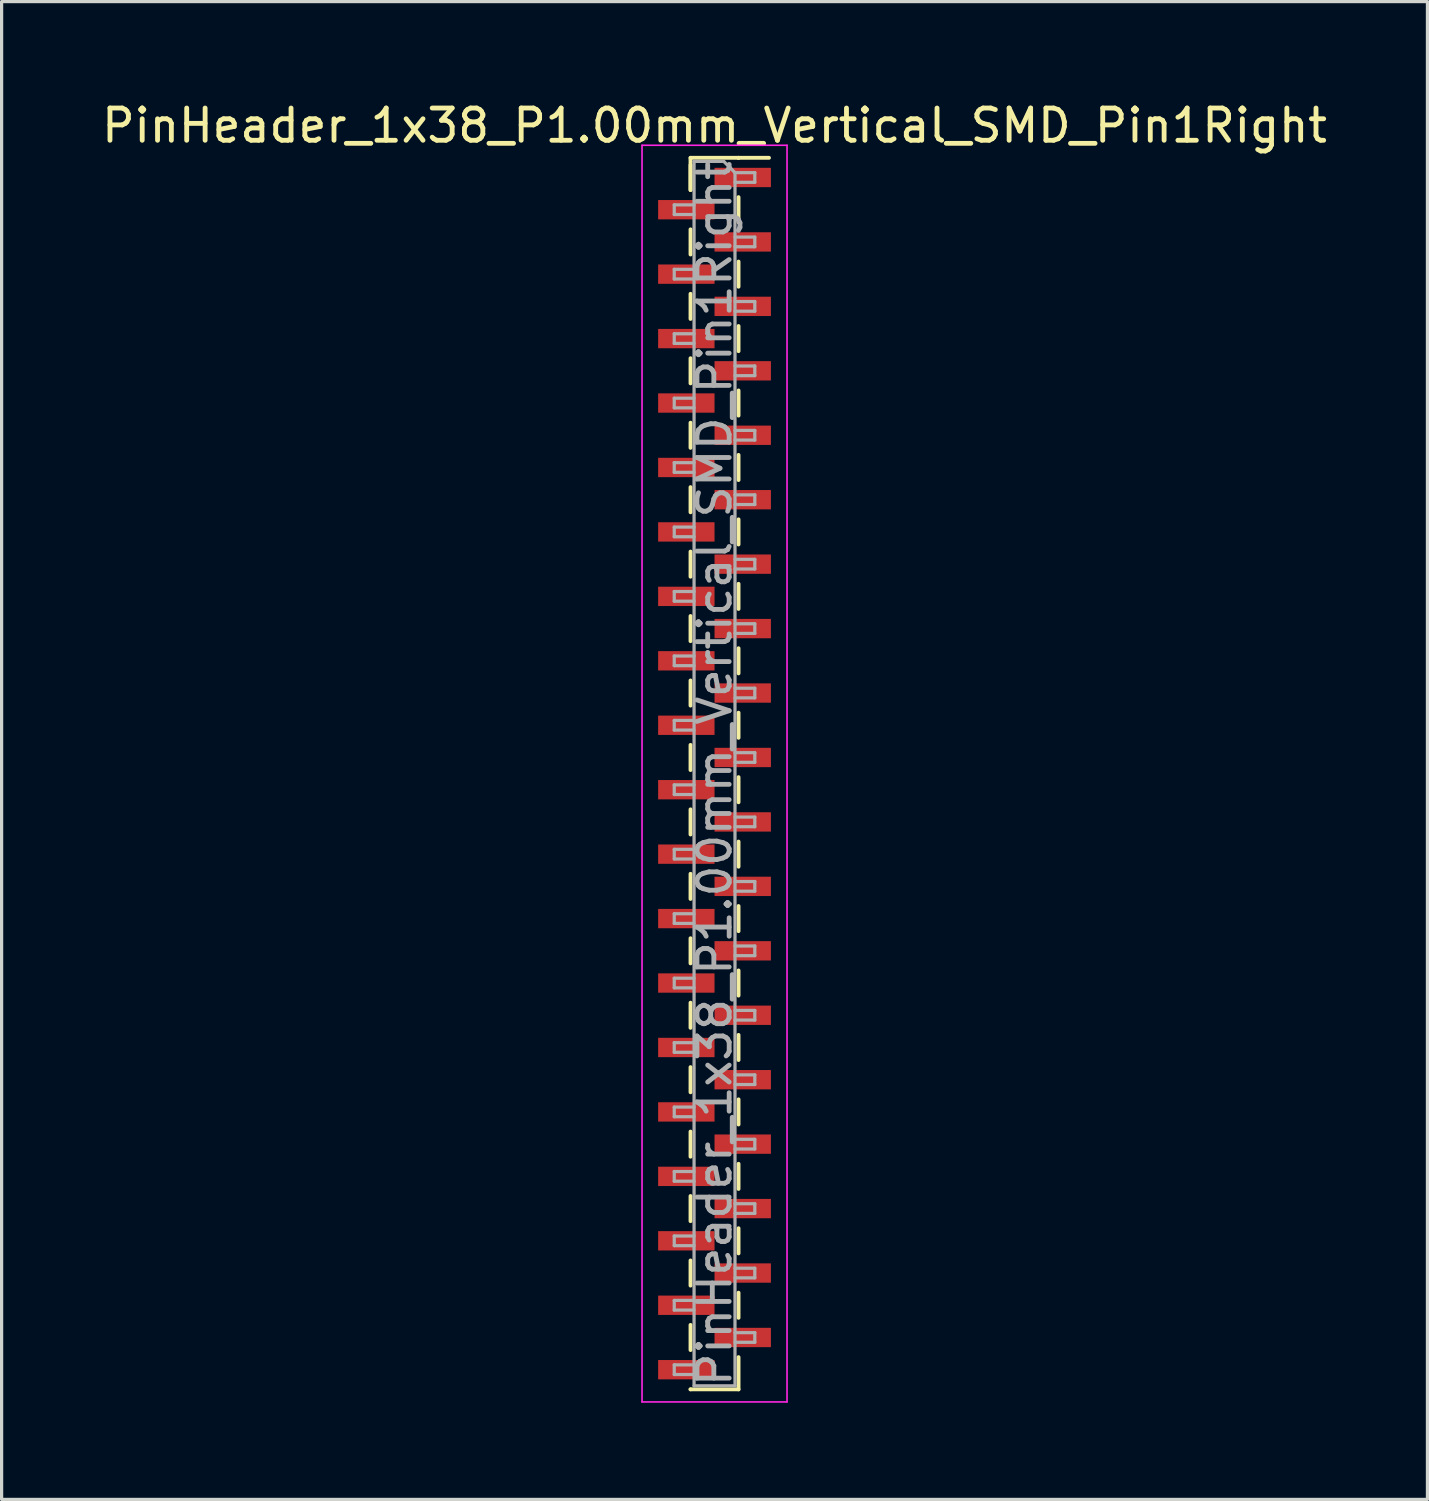
<source format=kicad_pcb>
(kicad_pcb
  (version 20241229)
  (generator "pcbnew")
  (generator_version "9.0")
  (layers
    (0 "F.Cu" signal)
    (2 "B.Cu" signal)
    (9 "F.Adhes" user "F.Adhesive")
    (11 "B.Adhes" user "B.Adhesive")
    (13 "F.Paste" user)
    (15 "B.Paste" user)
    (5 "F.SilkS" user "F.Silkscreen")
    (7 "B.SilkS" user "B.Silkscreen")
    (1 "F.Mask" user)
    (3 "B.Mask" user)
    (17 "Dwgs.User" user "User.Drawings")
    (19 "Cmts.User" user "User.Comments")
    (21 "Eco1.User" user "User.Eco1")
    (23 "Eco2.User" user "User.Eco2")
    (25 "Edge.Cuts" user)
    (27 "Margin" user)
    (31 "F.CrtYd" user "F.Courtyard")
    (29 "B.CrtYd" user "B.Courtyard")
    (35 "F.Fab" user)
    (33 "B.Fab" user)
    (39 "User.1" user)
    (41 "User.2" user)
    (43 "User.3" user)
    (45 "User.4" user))
  (footprint "PinHeader_1x38_P1.00mm_Vertical_SMD_Pin1Right"
    (layer "F.Cu")
    (at 19.125 20.958)
    (property "Reference" "PinHeader_1x38_P1.00mm_Vertical_SMD_Pin1Right" (at 0 -20.11 0) (layer "F.SilkS") (effects (font (size 1 1) (thickness 0.15))))
    (attr smd)
    (fp_line (start -0.745 -19.11) (end -0.745 -18.11) (stroke (width 0.12) (type solid)) (layer "F.SilkS"))
    (fp_line (start -0.745 -19.11) (end 0.745 -19.11) (stroke (width 0.12) (type solid)) (layer "F.SilkS"))
    (fp_line (start -0.745 -18.89) (end -0.745 -18.11) (stroke (width 0.12) (type solid)) (layer "F.SilkS"))
    (fp_line (start -0.745 -16.89) (end -0.745 -16.11) (stroke (width 0.12) (type solid)) (layer "F.SilkS"))
    (fp_line (start -0.745 -14.89) (end -0.745 -14.11) (stroke (width 0.12) (type solid)) (layer "F.SilkS"))
    (fp_line (start -0.745 -12.89) (end -0.745 -12.11) (stroke (width 0.12) (type solid)) (layer "F.SilkS"))
    (fp_line (start -0.745 -10.89) (end -0.745 -10.11) (stroke (width 0.12) (type solid)) (layer "F.SilkS"))
    (fp_line (start -0.745 -8.89) (end -0.745 -8.11) (stroke (width 0.12) (type solid)) (layer "F.SilkS"))
    (fp_line (start -0.745 -6.89) (end -0.745 -6.11) (stroke (width 0.12) (type solid)) (layer "F.SilkS"))
    (fp_line (start -0.745 -4.89) (end -0.745 -4.11) (stroke (width 0.12) (type solid)) (layer "F.SilkS"))
    (fp_line (start -0.745 -2.89) (end -0.745 -2.11) (stroke (width 0.12) (type solid)) (layer "F.SilkS"))
    (fp_line (start -0.745 -0.89) (end -0.745 -0.11) (stroke (width 0.12) (type solid)) (layer "F.SilkS"))
    (fp_line (start -0.745 1.11) (end -0.745 1.89) (stroke (width 0.12) (type solid)) (layer "F.SilkS"))
    (fp_line (start -0.745 3.11) (end -0.745 3.89) (stroke (width 0.12) (type solid)) (layer "F.SilkS"))
    (fp_line (start -0.745 5.11) (end -0.745 5.89) (stroke (width 0.12) (type solid)) (layer "F.SilkS"))
    (fp_line (start -0.745 7.11) (end -0.745 7.89) (stroke (width 0.12) (type solid)) (layer "F.SilkS"))
    (fp_line (start -0.745 9.11) (end -0.745 9.89) (stroke (width 0.12) (type solid)) (layer "F.SilkS"))
    (fp_line (start -0.745 11.11) (end -0.745 11.89) (stroke (width 0.12) (type solid)) (layer "F.SilkS"))
    (fp_line (start -0.745 13.11) (end -0.745 13.89) (stroke (width 0.12) (type solid)) (layer "F.SilkS"))
    (fp_line (start -0.745 15.11) (end -0.745 15.89) (stroke (width 0.12) (type solid)) (layer "F.SilkS"))
    (fp_line (start -0.745 17.11) (end -0.745 17.89) (stroke (width 0.12) (type solid)) (layer "F.SilkS"))
    (fp_line (start -0.745 19.11) (end -0.745 19.11) (stroke (width 0.12) (type solid)) (layer "F.SilkS"))
    (fp_line (start -0.745 19.11) (end 0.745 19.11) (stroke (width 0.12) (type solid)) (layer "F.SilkS"))
    (fp_line (start 0.745 -19.11) (end 0.745 -19.11) (stroke (width 0.12) (type solid)) (layer "F.SilkS"))
    (fp_line (start 0.745 -19.11) (end 1.69 -19.11) (stroke (width 0.12) (type solid)) (layer "F.SilkS"))
    (fp_line (start 0.745 -17.89) (end 0.745 -17.11) (stroke (width 0.12) (type solid)) (layer "F.SilkS"))
    (fp_line (start 0.745 -15.89) (end 0.745 -15.11) (stroke (width 0.12) (type solid)) (layer "F.SilkS"))
    (fp_line (start 0.745 -13.89) (end 0.745 -13.11) (stroke (width 0.12) (type solid)) (layer "F.SilkS"))
    (fp_line (start 0.745 -11.89) (end 0.745 -11.11) (stroke (width 0.12) (type solid)) (layer "F.SilkS"))
    (fp_line (start 0.745 -9.89) (end 0.745 -9.11) (stroke (width 0.12) (type solid)) (layer "F.SilkS"))
    (fp_line (start 0.745 -7.89) (end 0.745 -7.11) (stroke (width 0.12) (type solid)) (layer "F.SilkS"))
    (fp_line (start 0.745 -5.89) (end 0.745 -5.11) (stroke (width 0.12) (type solid)) (layer "F.SilkS"))
    (fp_line (start 0.745 -3.89) (end 0.745 -3.11) (stroke (width 0.12) (type solid)) (layer "F.SilkS"))
    (fp_line (start 0.745 -1.89) (end 0.745 -1.11) (stroke (width 0.12) (type solid)) (layer "F.SilkS"))
    (fp_line (start 0.745 0.11) (end 0.745 0.89) (stroke (width 0.12) (type solid)) (layer "F.SilkS"))
    (fp_line (start 0.745 2.11) (end 0.745 2.89) (stroke (width 0.12) (type solid)) (layer "F.SilkS"))
    (fp_line (start 0.745 4.11) (end 0.745 4.89) (stroke (width 0.12) (type solid)) (layer "F.SilkS"))
    (fp_line (start 0.745 6.11) (end 0.745 6.89) (stroke (width 0.12) (type solid)) (layer "F.SilkS"))
    (fp_line (start 0.745 8.11) (end 0.745 8.89) (stroke (width 0.12) (type solid)) (layer "F.SilkS"))
    (fp_line (start 0.745 10.11) (end 0.745 10.89) (stroke (width 0.12) (type solid)) (layer "F.SilkS"))
    (fp_line (start 0.745 12.11) (end 0.745 12.89) (stroke (width 0.12) (type solid)) (layer "F.SilkS"))
    (fp_line (start 0.745 14.11) (end 0.745 14.89) (stroke (width 0.12) (type solid)) (layer "F.SilkS"))
    (fp_line (start 0.745 16.11) (end 0.745 16.89) (stroke (width 0.12) (type solid)) (layer "F.SilkS"))
    (fp_line (start 0.745 18.11) (end 0.745 19.11) (stroke (width 0.12) (type solid)) (layer "F.SilkS"))
    (fp_line (start -2.25 -19.5) (end -2.25 19.5) (stroke (width 0.05) (type solid)) (layer "F.CrtYd"))
    (fp_line (start -2.25 19.5) (end 2.25 19.5) (stroke (width 0.05) (type solid)) (layer "F.CrtYd"))
    (fp_line (start 2.25 -19.5) (end -2.25 -19.5) (stroke (width 0.05) (type solid)) (layer "F.CrtYd"))
    (fp_line (start 2.25 19.5) (end 2.25 -19.5) (stroke (width 0.05) (type solid)) (layer "F.CrtYd"))
    (fp_line (start -1.25 -17.65) (end -1.25 -17.35) (stroke (width 0.1) (type solid)) (layer "F.Fab"))
    (fp_line (start -1.25 -17.35) (end -0.635 -17.35) (stroke (width 0.1) (type solid)) (layer "F.Fab"))
    (fp_line (start -1.25 -15.65) (end -1.25 -15.35) (stroke (width 0.1) (type solid)) (layer "F.Fab"))
    (fp_line (start -1.25 -15.35) (end -0.635 -15.35) (stroke (width 0.1) (type solid)) (layer "F.Fab"))
    (fp_line (start -1.25 -13.65) (end -1.25 -13.35) (stroke (width 0.1) (type solid)) (layer "F.Fab"))
    (fp_line (start -1.25 -13.35) (end -0.635 -13.35) (stroke (width 0.1) (type solid)) (layer "F.Fab"))
    (fp_line (start -1.25 -11.65) (end -1.25 -11.35) (stroke (width 0.1) (type solid)) (layer "F.Fab"))
    (fp_line (start -1.25 -11.35) (end -0.635 -11.35) (stroke (width 0.1) (type solid)) (layer "F.Fab"))
    (fp_line (start -1.25 -9.65) (end -1.25 -9.35) (stroke (width 0.1) (type solid)) (layer "F.Fab"))
    (fp_line (start -1.25 -9.35) (end -0.635 -9.35) (stroke (width 0.1) (type solid)) (layer "F.Fab"))
    (fp_line (start -1.25 -7.65) (end -1.25 -7.35) (stroke (width 0.1) (type solid)) (layer "F.Fab"))
    (fp_line (start -1.25 -7.35) (end -0.635 -7.35) (stroke (width 0.1) (type solid)) (layer "F.Fab"))
    (fp_line (start -1.25 -5.65) (end -1.25 -5.35) (stroke (width 0.1) (type solid)) (layer "F.Fab"))
    (fp_line (start -1.25 -5.35) (end -0.635 -5.35) (stroke (width 0.1) (type solid)) (layer "F.Fab"))
    (fp_line (start -1.25 -3.65) (end -1.25 -3.35) (stroke (width 0.1) (type solid)) (layer "F.Fab"))
    (fp_line (start -1.25 -3.35) (end -0.635 -3.35) (stroke (width 0.1) (type solid)) (layer "F.Fab"))
    (fp_line (start -1.25 -1.65) (end -1.25 -1.35) (stroke (width 0.1) (type solid)) (layer "F.Fab"))
    (fp_line (start -1.25 -1.35) (end -0.635 -1.35) (stroke (width 0.1) (type solid)) (layer "F.Fab"))
    (fp_line (start -1.25 0.35) (end -1.25 0.65) (stroke (width 0.1) (type solid)) (layer "F.Fab"))
    (fp_line (start -1.25 0.65) (end -0.635 0.65) (stroke (width 0.1) (type solid)) (layer "F.Fab"))
    (fp_line (start -1.25 2.35) (end -1.25 2.65) (stroke (width 0.1) (type solid)) (layer "F.Fab"))
    (fp_line (start -1.25 2.65) (end -0.635 2.65) (stroke (width 0.1) (type solid)) (layer "F.Fab"))
    (fp_line (start -1.25 4.35) (end -1.25 4.65) (stroke (width 0.1) (type solid)) (layer "F.Fab"))
    (fp_line (start -1.25 4.65) (end -0.635 4.65) (stroke (width 0.1) (type solid)) (layer "F.Fab"))
    (fp_line (start -1.25 6.35) (end -1.25 6.65) (stroke (width 0.1) (type solid)) (layer "F.Fab"))
    (fp_line (start -1.25 6.65) (end -0.635 6.65) (stroke (width 0.1) (type solid)) (layer "F.Fab"))
    (fp_line (start -1.25 8.35) (end -1.25 8.65) (stroke (width 0.1) (type solid)) (layer "F.Fab"))
    (fp_line (start -1.25 8.65) (end -0.635 8.65) (stroke (width 0.1) (type solid)) (layer "F.Fab"))
    (fp_line (start -1.25 10.35) (end -1.25 10.65) (stroke (width 0.1) (type solid)) (layer "F.Fab"))
    (fp_line (start -1.25 10.65) (end -0.635 10.65) (stroke (width 0.1) (type solid)) (layer "F.Fab"))
    (fp_line (start -1.25 12.35) (end -1.25 12.65) (stroke (width 0.1) (type solid)) (layer "F.Fab"))
    (fp_line (start -1.25 12.65) (end -0.635 12.65) (stroke (width 0.1) (type solid)) (layer "F.Fab"))
    (fp_line (start -1.25 14.35) (end -1.25 14.65) (stroke (width 0.1) (type solid)) (layer "F.Fab"))
    (fp_line (start -1.25 14.65) (end -0.635 14.65) (stroke (width 0.1) (type solid)) (layer "F.Fab"))
    (fp_line (start -1.25 16.35) (end -1.25 16.65) (stroke (width 0.1) (type solid)) (layer "F.Fab"))
    (fp_line (start -1.25 16.65) (end -0.635 16.65) (stroke (width 0.1) (type solid)) (layer "F.Fab"))
    (fp_line (start -1.25 18.35) (end -1.25 18.65) (stroke (width 0.1) (type solid)) (layer "F.Fab"))
    (fp_line (start -1.25 18.65) (end -0.635 18.65) (stroke (width 0.1) (type solid)) (layer "F.Fab"))
    (fp_line (start -0.635 -19) (end -0.635 19) (stroke (width 0.1) (type solid)) (layer "F.Fab"))
    (fp_line (start -0.635 -19) (end 0.285 -19) (stroke (width 0.1) (type solid)) (layer "F.Fab"))
    (fp_line (start -0.635 -17.65) (end -1.25 -17.65) (stroke (width 0.1) (type solid)) (layer "F.Fab"))
    (fp_line (start -0.635 -15.65) (end -1.25 -15.65) (stroke (width 0.1) (type solid)) (layer "F.Fab"))
    (fp_line (start -0.635 -13.65) (end -1.25 -13.65) (stroke (width 0.1) (type solid)) (layer "F.Fab"))
    (fp_line (start -0.635 -11.65) (end -1.25 -11.65) (stroke (width 0.1) (type solid)) (layer "F.Fab"))
    (fp_line (start -0.635 -9.65) (end -1.25 -9.65) (stroke (width 0.1) (type solid)) (layer "F.Fab"))
    (fp_line (start -0.635 -7.65) (end -1.25 -7.65) (stroke (width 0.1) (type solid)) (layer "F.Fab"))
    (fp_line (start -0.635 -5.65) (end -1.25 -5.65) (stroke (width 0.1) (type solid)) (layer "F.Fab"))
    (fp_line (start -0.635 -3.65) (end -1.25 -3.65) (stroke (width 0.1) (type solid)) (layer "F.Fab"))
    (fp_line (start -0.635 -1.65) (end -1.25 -1.65) (stroke (width 0.1) (type solid)) (layer "F.Fab"))
    (fp_line (start -0.635 0.35) (end -1.25 0.35) (stroke (width 0.1) (type solid)) (layer "F.Fab"))
    (fp_line (start -0.635 2.35) (end -1.25 2.35) (stroke (width 0.1) (type solid)) (layer "F.Fab"))
    (fp_line (start -0.635 4.35) (end -1.25 4.35) (stroke (width 0.1) (type solid)) (layer "F.Fab"))
    (fp_line (start -0.635 6.35) (end -1.25 6.35) (stroke (width 0.1) (type solid)) (layer "F.Fab"))
    (fp_line (start -0.635 8.35) (end -1.25 8.35) (stroke (width 0.1) (type solid)) (layer "F.Fab"))
    (fp_line (start -0.635 10.35) (end -1.25 10.35) (stroke (width 0.1) (type solid)) (layer "F.Fab"))
    (fp_line (start -0.635 12.35) (end -1.25 12.35) (stroke (width 0.1) (type solid)) (layer "F.Fab"))
    (fp_line (start -0.635 14.35) (end -1.25 14.35) (stroke (width 0.1) (type solid)) (layer "F.Fab"))
    (fp_line (start -0.635 16.35) (end -1.25 16.35) (stroke (width 0.1) (type solid)) (layer "F.Fab"))
    (fp_line (start -0.635 18.35) (end -1.25 18.35) (stroke (width 0.1) (type solid)) (layer "F.Fab"))
    (fp_line (start 0.635 -18.65) (end 0.285 -19) (stroke (width 0.1) (type solid)) (layer "F.Fab"))
    (fp_line (start 0.635 -18.65) (end 1.25 -18.65) (stroke (width 0.1) (type solid)) (layer "F.Fab"))
    (fp_line (start 0.635 -16.65) (end 1.25 -16.65) (stroke (width 0.1) (type solid)) (layer "F.Fab"))
    (fp_line (start 0.635 -14.65) (end 1.25 -14.65) (stroke (width 0.1) (type solid)) (layer "F.Fab"))
    (fp_line (start 0.635 -12.65) (end 1.25 -12.65) (stroke (width 0.1) (type solid)) (layer "F.Fab"))
    (fp_line (start 0.635 -10.65) (end 1.25 -10.65) (stroke (width 0.1) (type solid)) (layer "F.Fab"))
    (fp_line (start 0.635 -8.65) (end 1.25 -8.65) (stroke (width 0.1) (type solid)) (layer "F.Fab"))
    (fp_line (start 0.635 -6.65) (end 1.25 -6.65) (stroke (width 0.1) (type solid)) (layer "F.Fab"))
    (fp_line (start 0.635 -4.65) (end 1.25 -4.65) (stroke (width 0.1) (type solid)) (layer "F.Fab"))
    (fp_line (start 0.635 -2.65) (end 1.25 -2.65) (stroke (width 0.1) (type solid)) (layer "F.Fab"))
    (fp_line (start 0.635 -0.65) (end 1.25 -0.65) (stroke (width 0.1) (type solid)) (layer "F.Fab"))
    (fp_line (start 0.635 1.35) (end 1.25 1.35) (stroke (width 0.1) (type solid)) (layer "F.Fab"))
    (fp_line (start 0.635 3.35) (end 1.25 3.35) (stroke (width 0.1) (type solid)) (layer "F.Fab"))
    (fp_line (start 0.635 5.35) (end 1.25 5.35) (stroke (width 0.1) (type solid)) (layer "F.Fab"))
    (fp_line (start 0.635 7.35) (end 1.25 7.35) (stroke (width 0.1) (type solid)) (layer "F.Fab"))
    (fp_line (start 0.635 9.35) (end 1.25 9.35) (stroke (width 0.1) (type solid)) (layer "F.Fab"))
    (fp_line (start 0.635 11.35) (end 1.25 11.35) (stroke (width 0.1) (type solid)) (layer "F.Fab"))
    (fp_line (start 0.635 13.35) (end 1.25 13.35) (stroke (width 0.1) (type solid)) (layer "F.Fab"))
    (fp_line (start 0.635 15.35) (end 1.25 15.35) (stroke (width 0.1) (type solid)) (layer "F.Fab"))
    (fp_line (start 0.635 17.35) (end 1.25 17.35) (stroke (width 0.1) (type solid)) (layer "F.Fab"))
    (fp_line (start 0.635 19) (end -0.635 19) (stroke (width 0.1) (type solid)) (layer "F.Fab"))
    (fp_line (start 0.635 19) (end 0.635 -18.65) (stroke (width 0.1) (type solid)) (layer "F.Fab"))
    (fp_line (start 1.25 -18.65) (end 1.25 -18.35) (stroke (width 0.1) (type solid)) (layer "F.Fab"))
    (fp_line (start 1.25 -18.35) (end 0.635 -18.35) (stroke (width 0.1) (type solid)) (layer "F.Fab"))
    (fp_line (start 1.25 -16.65) (end 1.25 -16.35) (stroke (width 0.1) (type solid)) (layer "F.Fab"))
    (fp_line (start 1.25 -16.35) (end 0.635 -16.35) (stroke (width 0.1) (type solid)) (layer "F.Fab"))
    (fp_line (start 1.25 -14.65) (end 1.25 -14.35) (stroke (width 0.1) (type solid)) (layer "F.Fab"))
    (fp_line (start 1.25 -14.35) (end 0.635 -14.35) (stroke (width 0.1) (type solid)) (layer "F.Fab"))
    (fp_line (start 1.25 -12.65) (end 1.25 -12.35) (stroke (width 0.1) (type solid)) (layer "F.Fab"))
    (fp_line (start 1.25 -12.35) (end 0.635 -12.35) (stroke (width 0.1) (type solid)) (layer "F.Fab"))
    (fp_line (start 1.25 -10.65) (end 1.25 -10.35) (stroke (width 0.1) (type solid)) (layer "F.Fab"))
    (fp_line (start 1.25 -10.35) (end 0.635 -10.35) (stroke (width 0.1) (type solid)) (layer "F.Fab"))
    (fp_line (start 1.25 -8.65) (end 1.25 -8.35) (stroke (width 0.1) (type solid)) (layer "F.Fab"))
    (fp_line (start 1.25 -8.35) (end 0.635 -8.35) (stroke (width 0.1) (type solid)) (layer "F.Fab"))
    (fp_line (start 1.25 -6.65) (end 1.25 -6.35) (stroke (width 0.1) (type solid)) (layer "F.Fab"))
    (fp_line (start 1.25 -6.35) (end 0.635 -6.35) (stroke (width 0.1) (type solid)) (layer "F.Fab"))
    (fp_line (start 1.25 -4.65) (end 1.25 -4.35) (stroke (width 0.1) (type solid)) (layer "F.Fab"))
    (fp_line (start 1.25 -4.35) (end 0.635 -4.35) (stroke (width 0.1) (type solid)) (layer "F.Fab"))
    (fp_line (start 1.25 -2.65) (end 1.25 -2.35) (stroke (width 0.1) (type solid)) (layer "F.Fab"))
    (fp_line (start 1.25 -2.35) (end 0.635 -2.35) (stroke (width 0.1) (type solid)) (layer "F.Fab"))
    (fp_line (start 1.25 -0.65) (end 1.25 -0.35) (stroke (width 0.1) (type solid)) (layer "F.Fab"))
    (fp_line (start 1.25 -0.35) (end 0.635 -0.35) (stroke (width 0.1) (type solid)) (layer "F.Fab"))
    (fp_line (start 1.25 1.35) (end 1.25 1.65) (stroke (width 0.1) (type solid)) (layer "F.Fab"))
    (fp_line (start 1.25 1.65) (end 0.635 1.65) (stroke (width 0.1) (type solid)) (layer "F.Fab"))
    (fp_line (start 1.25 3.35) (end 1.25 3.65) (stroke (width 0.1) (type solid)) (layer "F.Fab"))
    (fp_line (start 1.25 3.65) (end 0.635 3.65) (stroke (width 0.1) (type solid)) (layer "F.Fab"))
    (fp_line (start 1.25 5.35) (end 1.25 5.65) (stroke (width 0.1) (type solid)) (layer "F.Fab"))
    (fp_line (start 1.25 5.65) (end 0.635 5.65) (stroke (width 0.1) (type solid)) (layer "F.Fab"))
    (fp_line (start 1.25 7.35) (end 1.25 7.65) (stroke (width 0.1) (type solid)) (layer "F.Fab"))
    (fp_line (start 1.25 7.65) (end 0.635 7.65) (stroke (width 0.1) (type solid)) (layer "F.Fab"))
    (fp_line (start 1.25 9.35) (end 1.25 9.65) (stroke (width 0.1) (type solid)) (layer "F.Fab"))
    (fp_line (start 1.25 9.65) (end 0.635 9.65) (stroke (width 0.1) (type solid)) (layer "F.Fab"))
    (fp_line (start 1.25 11.35) (end 1.25 11.65) (stroke (width 0.1) (type solid)) (layer "F.Fab"))
    (fp_line (start 1.25 11.65) (end 0.635 11.65) (stroke (width 0.1) (type solid)) (layer "F.Fab"))
    (fp_line (start 1.25 13.35) (end 1.25 13.65) (stroke (width 0.1) (type solid)) (layer "F.Fab"))
    (fp_line (start 1.25 13.65) (end 0.635 13.65) (stroke (width 0.1) (type solid)) (layer "F.Fab"))
    (fp_line (start 1.25 15.35) (end 1.25 15.65) (stroke (width 0.1) (type solid)) (layer "F.Fab"))
    (fp_line (start 1.25 15.65) (end 0.635 15.65) (stroke (width 0.1) (type solid)) (layer "F.Fab"))
    (fp_line (start 1.25 17.35) (end 1.25 17.65) (stroke (width 0.1) (type solid)) (layer "F.Fab"))
    (fp_line (start 1.25 17.65) (end 0.635 17.65) (stroke (width 0.1) (type solid)) (layer "F.Fab"))
    (fp_text user "${REFERENCE}" (at 0 0 90) (layer "F.Fab") (effects (font (size 1 1) (thickness 0.15))))
    (pad "1" smd rect (at 0.875 -18.5) (size 1.75 0.6) (layers "F.Cu" "F.Mask" "F.Paste"))
    (pad "2" smd rect (at -0.875 -17.5) (size 1.75 0.6) (layers "F.Cu" "F.Mask" "F.Paste"))
    (pad "3" smd rect (at 0.875 -16.5) (size 1.75 0.6) (layers "F.Cu" "F.Mask" "F.Paste"))
    (pad "4" smd rect (at -0.875 -15.5) (size 1.75 0.6) (layers "F.Cu" "F.Mask" "F.Paste"))
    (pad "5" smd rect (at 0.875 -14.5) (size 1.75 0.6) (layers "F.Cu" "F.Mask" "F.Paste"))
    (pad "6" smd rect (at -0.875 -13.5) (size 1.75 0.6) (layers "F.Cu" "F.Mask" "F.Paste"))
    (pad "7" smd rect (at 0.875 -12.5) (size 1.75 0.6) (layers "F.Cu" "F.Mask" "F.Paste"))
    (pad "8" smd rect (at -0.875 -11.5) (size 1.75 0.6) (layers "F.Cu" "F.Mask" "F.Paste"))
    (pad "9" smd rect (at 0.875 -10.5) (size 1.75 0.6) (layers "F.Cu" "F.Mask" "F.Paste"))
    (pad "10" smd rect (at -0.875 -9.5) (size 1.75 0.6) (layers "F.Cu" "F.Mask" "F.Paste"))
    (pad "11" smd rect (at 0.875 -8.5) (size 1.75 0.6) (layers "F.Cu" "F.Mask" "F.Paste"))
    (pad "12" smd rect (at -0.875 -7.5) (size 1.75 0.6) (layers "F.Cu" "F.Mask" "F.Paste"))
    (pad "13" smd rect (at 0.875 -6.5) (size 1.75 0.6) (layers "F.Cu" "F.Mask" "F.Paste"))
    (pad "14" smd rect (at -0.875 -5.5) (size 1.75 0.6) (layers "F.Cu" "F.Mask" "F.Paste"))
    (pad "15" smd rect (at 0.875 -4.5) (size 1.75 0.6) (layers "F.Cu" "F.Mask" "F.Paste"))
    (pad "16" smd rect (at -0.875 -3.5) (size 1.75 0.6) (layers "F.Cu" "F.Mask" "F.Paste"))
    (pad "17" smd rect (at 0.875 -2.5) (size 1.75 0.6) (layers "F.Cu" "F.Mask" "F.Paste"))
    (pad "18" smd rect (at -0.875 -1.5) (size 1.75 0.6) (layers "F.Cu" "F.Mask" "F.Paste"))
    (pad "19" smd rect (at 0.875 -0.5) (size 1.75 0.6) (layers "F.Cu" "F.Mask" "F.Paste"))
    (pad "20" smd rect (at -0.875 0.5) (size 1.75 0.6) (layers "F.Cu" "F.Mask" "F.Paste"))
    (pad "21" smd rect (at 0.875 1.5) (size 1.75 0.6) (layers "F.Cu" "F.Mask" "F.Paste"))
    (pad "22" smd rect (at -0.875 2.5) (size 1.75 0.6) (layers "F.Cu" "F.Mask" "F.Paste"))
    (pad "23" smd rect (at 0.875 3.5) (size 1.75 0.6) (layers "F.Cu" "F.Mask" "F.Paste"))
    (pad "24" smd rect (at -0.875 4.5) (size 1.75 0.6) (layers "F.Cu" "F.Mask" "F.Paste"))
    (pad "25" smd rect (at 0.875 5.5) (size 1.75 0.6) (layers "F.Cu" "F.Mask" "F.Paste"))
    (pad "26" smd rect (at -0.875 6.5) (size 1.75 0.6) (layers "F.Cu" "F.Mask" "F.Paste"))
    (pad "27" smd rect (at 0.875 7.5) (size 1.75 0.6) (layers "F.Cu" "F.Mask" "F.Paste"))
    (pad "28" smd rect (at -0.875 8.5) (size 1.75 0.6) (layers "F.Cu" "F.Mask" "F.Paste"))
    (pad "29" smd rect (at 0.875 9.5) (size 1.75 0.6) (layers "F.Cu" "F.Mask" "F.Paste"))
    (pad "30" smd rect (at -0.875 10.5) (size 1.75 0.6) (layers "F.Cu" "F.Mask" "F.Paste"))
    (pad "31" smd rect (at 0.875 11.5) (size 1.75 0.6) (layers "F.Cu" "F.Mask" "F.Paste"))
    (pad "32" smd rect (at -0.875 12.5) (size 1.75 0.6) (layers "F.Cu" "F.Mask" "F.Paste"))
    (pad "33" smd rect (at 0.875 13.5) (size 1.75 0.6) (layers "F.Cu" "F.Mask" "F.Paste"))
    (pad "34" smd rect (at -0.875 14.5) (size 1.75 0.6) (layers "F.Cu" "F.Mask" "F.Paste"))
    (pad "35" smd rect (at 0.875 15.5) (size 1.75 0.6) (layers "F.Cu" "F.Mask" "F.Paste"))
    (pad "36" smd rect (at -0.875 16.5) (size 1.75 0.6) (layers "F.Cu" "F.Mask" "F.Paste"))
    (pad "37" smd rect (at 0.875 17.5) (size 1.75 0.6) (layers "F.Cu" "F.Mask" "F.Paste"))
    (pad "38" smd rect (at -0.875 18.5) (size 1.75 0.6) (layers "F.Cu" "F.Mask" "F.Paste")))
  (gr_rect
    (start -3 -3)
    (end 41.25 43.483)
    (stroke (width 0.1) (type default))
    (fill no)
    (layer "Edge.Cuts")))
</source>
